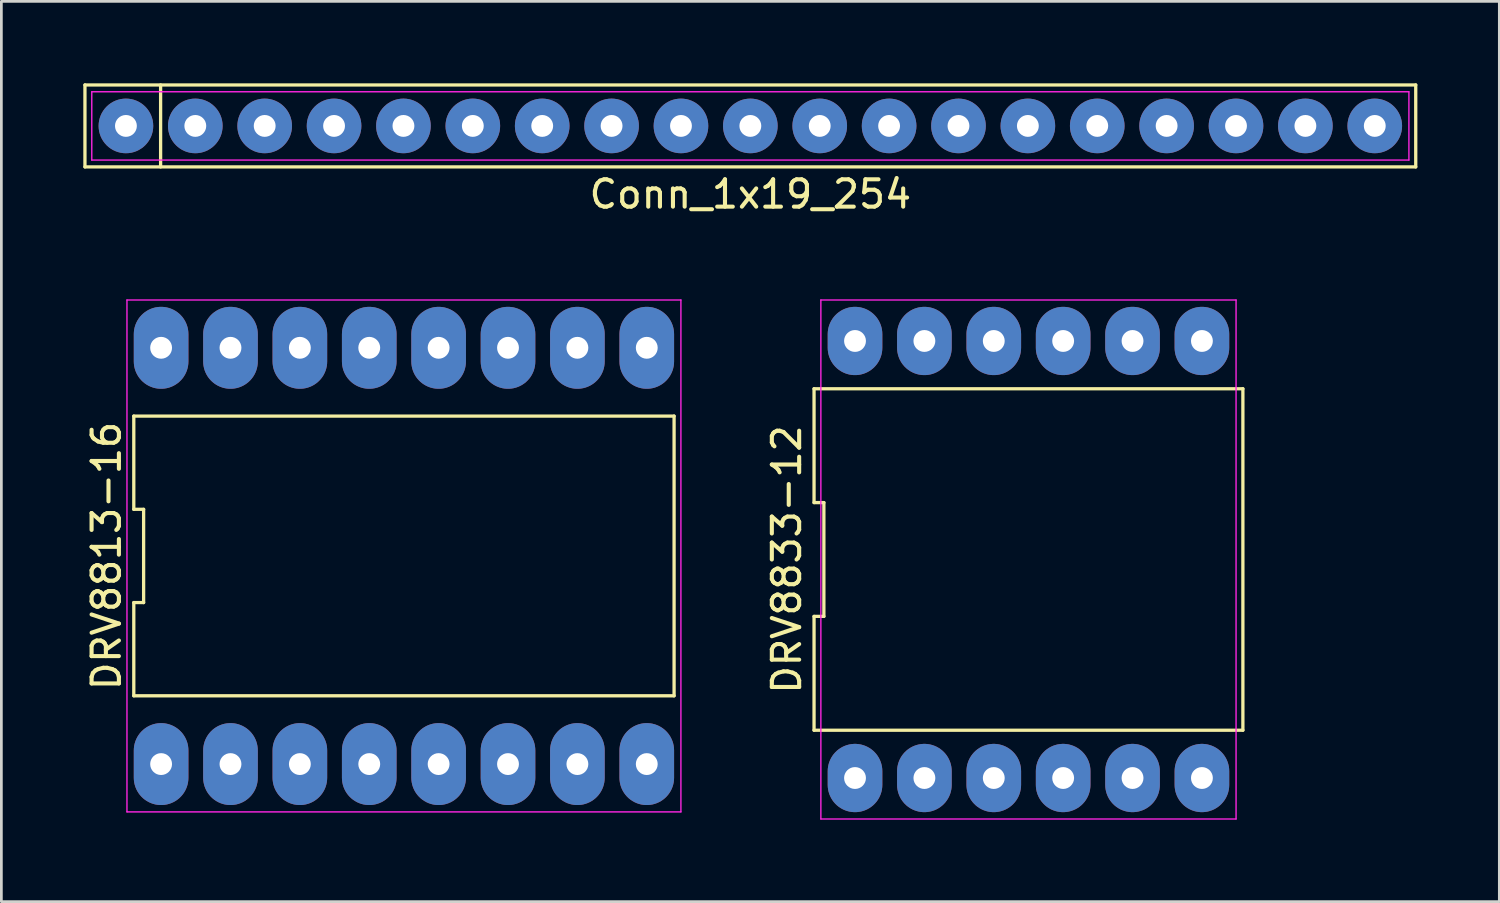
<source format=kicad_pcb>
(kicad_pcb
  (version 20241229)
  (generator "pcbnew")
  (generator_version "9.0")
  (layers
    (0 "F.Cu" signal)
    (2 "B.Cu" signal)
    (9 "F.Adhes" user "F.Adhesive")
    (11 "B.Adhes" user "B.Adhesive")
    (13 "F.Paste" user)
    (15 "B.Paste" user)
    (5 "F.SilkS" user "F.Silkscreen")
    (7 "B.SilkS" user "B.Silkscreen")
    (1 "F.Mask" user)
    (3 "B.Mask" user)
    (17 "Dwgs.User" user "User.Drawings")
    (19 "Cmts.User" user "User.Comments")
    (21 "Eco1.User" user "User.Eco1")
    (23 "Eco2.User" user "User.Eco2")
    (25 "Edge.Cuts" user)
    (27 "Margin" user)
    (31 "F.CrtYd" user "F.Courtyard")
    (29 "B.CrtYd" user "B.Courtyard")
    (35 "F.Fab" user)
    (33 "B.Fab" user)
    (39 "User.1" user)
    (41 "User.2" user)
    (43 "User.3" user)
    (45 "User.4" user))
  (footprint "DRV8833-12"
    (layer "F.Cu")
    (at 34.602 17.433)
    (property "Reference" "DRV8833-12" (at -8.85 0 90) (layer "F.SilkS") (effects (font (size 1 1) (thickness 0.15))))
    (attr through_hole)
    (fp_line (start -7.85 -6.25) (end -7.85 -2.083) (stroke (width 0.12) (type solid)) (layer "F.SilkS"))
    (fp_line (start -7.85 -2.083) (end -7.49 -2.083) (stroke (width 0.12) (type solid)) (layer "F.SilkS"))
    (fp_line (start -7.85 2.083) (end -7.85 6.25) (stroke (width 0.12) (type solid)) (layer "F.SilkS"))
    (fp_line (start -7.85 6.25) (end 7.85 6.25) (stroke (width 0.12) (type solid)) (layer "F.SilkS"))
    (fp_line (start -7.49 -2.083) (end -7.49 2.083) (stroke (width 0.12) (type solid)) (layer "F.SilkS"))
    (fp_line (start -7.49 2.083) (end -7.85 2.083) (stroke (width 0.12) (type solid)) (layer "F.SilkS"))
    (fp_line (start 7.85 -6.25) (end -7.85 -6.25) (stroke (width 0.12) (type solid)) (layer "F.SilkS"))
    (fp_line (start 7.85 6.25) (end 7.85 -6.25) (stroke (width 0.12) (type solid)) (layer "F.SilkS"))
    (fp_line (start -7.6 -9.5) (end 7.6 -9.5) (stroke (width 0.05) (type solid)) (layer "F.CrtYd"))
    (fp_line (start -7.6 9.5) (end -7.6 -9.5) (stroke (width 0.05) (type solid)) (layer "F.CrtYd"))
    (fp_line (start 7.6 -9.5) (end 7.6 9.5) (stroke (width 0.05) (type solid)) (layer "F.CrtYd"))
    (fp_line (start 7.6 9.5) (end -7.6 9.5) (stroke (width 0.05) (type solid)) (layer "F.CrtYd"))
    (pad "1" thru_hole oval (at -6.35 8) (size 2 2.5) (drill 0.8) (layers "*.Cu" "*.Mask"))
    (pad "2" thru_hole oval (at -3.81 8) (size 2 2.5) (drill 0.8) (layers "*.Cu" "*.Mask"))
    (pad "3" thru_hole oval (at -1.27 8) (size 2 2.5) (drill 0.8) (layers "*.Cu" "*.Mask"))
    (pad "4" thru_hole oval (at 1.27 8) (size 2 2.5) (drill 0.8) (layers "*.Cu" "*.Mask"))
    (pad "5" thru_hole oval (at 3.81 8) (size 2 2.5) (drill 0.8) (layers "*.Cu" "*.Mask"))
    (pad "6" thru_hole oval (at 6.35 8) (size 2 2.5) (drill 0.8) (layers "*.Cu" "*.Mask"))
    (pad "7" thru_hole oval (at 6.35 -8) (size 2 2.5) (drill 0.8) (layers "*.Cu" "*.Mask"))
    (pad "8" thru_hole oval (at 3.81 -8) (size 2 2.5) (drill 0.8) (layers "*.Cu" "*.Mask"))
    (pad "9" thru_hole oval (at 1.27 -8) (size 2 2.5) (drill 0.8) (layers "*.Cu" "*.Mask"))
    (pad "10" thru_hole oval (at -1.27 -8) (size 2 2.5) (drill 0.8) (layers "*.Cu" "*.Mask"))
    (pad "11" thru_hole oval (at -3.81 -8) (size 2 2.5) (drill 0.8) (layers "*.Cu" "*.Mask"))
    (pad "12" thru_hole oval (at -6.35 -8) (size 2 2.5) (drill 0.8) (layers "*.Cu" "*.Mask")))
  (footprint "DRV8813-16"
    (layer "F.Cu")
    (at 11.738 17.303)
    (property "Reference" "DRV8813-16" (at -10.89 0 90) (layer "F.SilkS") (effects (font (size 1 1) (thickness 0.15))))
    (attr through_hole)
    (fp_line (start -9.89 -5.12) (end -9.89 -1.707) (stroke (width 0.12) (type solid)) (layer "F.SilkS"))
    (fp_line (start -9.89 -1.707) (end -9.53 -1.707) (stroke (width 0.12) (type solid)) (layer "F.SilkS"))
    (fp_line (start -9.89 1.707) (end -9.89 5.12) (stroke (width 0.12) (type solid)) (layer "F.SilkS"))
    (fp_line (start -9.89 5.12) (end 9.89 5.12) (stroke (width 0.12) (type solid)) (layer "F.SilkS"))
    (fp_line (start -9.53 -1.707) (end -9.53 1.707) (stroke (width 0.12) (type solid)) (layer "F.SilkS"))
    (fp_line (start -9.53 1.707) (end -9.89 1.707) (stroke (width 0.12) (type solid)) (layer "F.SilkS"))
    (fp_line (start 9.89 -5.12) (end -9.89 -5.12) (stroke (width 0.12) (type solid)) (layer "F.SilkS"))
    (fp_line (start 9.89 5.12) (end 9.89 -5.12) (stroke (width 0.12) (type solid)) (layer "F.SilkS"))
    (fp_line (start -10.14 -9.37) (end 10.14 -9.37) (stroke (width 0.05) (type solid)) (layer "F.CrtYd"))
    (fp_line (start -10.14 9.37) (end -10.14 -9.37) (stroke (width 0.05) (type solid)) (layer "F.CrtYd"))
    (fp_line (start 10.14 -9.37) (end 10.14 9.37) (stroke (width 0.05) (type solid)) (layer "F.CrtYd"))
    (fp_line (start 10.14 9.37) (end -10.14 9.37) (stroke (width 0.05) (type solid)) (layer "F.CrtYd"))
    (pad "1" thru_hole oval (at -8.89 7.62) (size 2 3) (drill 0.8) (layers "*.Cu" "*.Mask"))
    (pad "2" thru_hole oval (at -6.35 7.62) (size 2 3) (drill 0.8) (layers "*.Cu" "*.Mask"))
    (pad "3" thru_hole oval (at -3.81 7.62) (size 2 3) (drill 0.8) (layers "*.Cu" "*.Mask"))
    (pad "4" thru_hole oval (at -1.27 7.62) (size 2 3) (drill 0.8) (layers "*.Cu" "*.Mask"))
    (pad "5" thru_hole oval (at 1.27 7.62) (size 2 3) (drill 0.8) (layers "*.Cu" "*.Mask"))
    (pad "6" thru_hole oval (at 3.81 7.62) (size 2 3) (drill 0.8) (layers "*.Cu" "*.Mask"))
    (pad "7" thru_hole oval (at 6.35 7.62) (size 2 3) (drill 0.8) (layers "*.Cu" "*.Mask"))
    (pad "8" thru_hole oval (at 8.89 7.62) (size 2 3) (drill 0.8) (layers "*.Cu" "*.Mask"))
    (pad "9" thru_hole oval (at 8.89 -7.62) (size 2 3) (drill 0.8) (layers "*.Cu" "*.Mask"))
    (pad "10" thru_hole oval (at 6.35 -7.62) (size 2 3) (drill 0.8) (layers "*.Cu" "*.Mask"))
    (pad "11" thru_hole oval (at 3.81 -7.62) (size 2 3) (drill 0.8) (layers "*.Cu" "*.Mask"))
    (pad "12" thru_hole oval (at 1.27 -7.62) (size 2 3) (drill 0.8) (layers "*.Cu" "*.Mask"))
    (pad "13" thru_hole oval (at -1.27 -7.62) (size 2 3) (drill 0.8) (layers "*.Cu" "*.Mask"))
    (pad "14" thru_hole oval (at -3.81 -7.62) (size 2 3) (drill 0.8) (layers "*.Cu" "*.Mask"))
    (pad "15" thru_hole oval (at -6.35 -7.62) (size 2 3) (drill 0.8) (layers "*.Cu" "*.Mask"))
    (pad "16" thru_hole oval (at -8.89 -7.62) (size 2 3) (drill 0.8) (layers "*.Cu" "*.Mask")))
  (footprint "Conn_1x19_254"
    (layer "F.Cu")
    (at 24.42 1.56)
    (property "Reference" "Conn_1x19_254" (at 0 2.5 0) (layer "F.SilkS") (effects (font (size 1 1) (thickness 0.15))))
    (attr through_hole)
    (fp_line (start -24.36 -1.5) (end 24.36 -1.5) (stroke (width 0.12) (type solid)) (layer "F.SilkS"))
    (fp_line (start -24.36 1.5) (end -24.36 -1.5) (stroke (width 0.12) (type solid)) (layer "F.SilkS"))
    (fp_line (start -21.59 -1.5) (end -21.59 1.5) (stroke (width 0.12) (type solid)) (layer "F.SilkS"))
    (fp_line (start 24.36 -1.5) (end 24.36 1.5) (stroke (width 0.12) (type solid)) (layer "F.SilkS"))
    (fp_line (start 24.36 1.5) (end -24.36 1.5) (stroke (width 0.12) (type solid)) (layer "F.SilkS"))
    (fp_line (start -24.11 -1.25) (end 24.11 -1.25) (stroke (width 0.05) (type solid)) (layer "F.CrtYd"))
    (fp_line (start -24.11 1.25) (end -24.11 -1.25) (stroke (width 0.05) (type solid)) (layer "F.CrtYd"))
    (fp_line (start 24.11 -1.25) (end 24.11 1.25) (stroke (width 0.05) (type solid)) (layer "F.CrtYd"))
    (fp_line (start 24.11 1.25) (end -24.11 1.25) (stroke (width 0.05) (type solid)) (layer "F.CrtYd"))
    (pad "1" thru_hole circle (at -22.86 0) (size 2 2) (drill 0.8) (layers "*.Cu" "*.Mask"))
    (pad "2" thru_hole circle (at -20.32 0) (size 2 2) (drill 0.8) (layers "*.Cu" "*.Mask"))
    (pad "3" thru_hole circle (at -17.78 0) (size 2 2) (drill 0.8) (layers "*.Cu" "*.Mask"))
    (pad "4" thru_hole circle (at -15.24 0) (size 2 2) (drill 0.8) (layers "*.Cu" "*.Mask"))
    (pad "5" thru_hole circle (at -12.7 0) (size 2 2) (drill 0.8) (layers "*.Cu" "*.Mask"))
    (pad "6" thru_hole circle (at -10.16 0) (size 2 2) (drill 0.8) (layers "*.Cu" "*.Mask"))
    (pad "7" thru_hole circle (at -7.62 0) (size 2 2) (drill 0.8) (layers "*.Cu" "*.Mask"))
    (pad "8" thru_hole circle (at -5.08 0) (size 2 2) (drill 0.8) (layers "*.Cu" "*.Mask"))
    (pad "9" thru_hole circle (at -2.54 0) (size 2 2) (drill 0.8) (layers "*.Cu" "*.Mask"))
    (pad "10" thru_hole circle (at 0 0) (size 2 2) (drill 0.8) (layers "*.Cu" "*.Mask"))
    (pad "11" thru_hole circle (at 2.54 0) (size 2 2) (drill 0.8) (layers "*.Cu" "*.Mask"))
    (pad "12" thru_hole circle (at 5.08 0) (size 2 2) (drill 0.8) (layers "*.Cu" "*.Mask"))
    (pad "13" thru_hole circle (at 7.62 0) (size 2 2) (drill 0.8) (layers "*.Cu" "*.Mask"))
    (pad "14" thru_hole circle (at 10.16 0) (size 2 2) (drill 0.8) (layers "*.Cu" "*.Mask"))
    (pad "15" thru_hole circle (at 12.7 0) (size 2 2) (drill 0.8) (layers "*.Cu" "*.Mask"))
    (pad "16" thru_hole circle (at 15.24 0) (size 2 2) (drill 0.8) (layers "*.Cu" "*.Mask"))
    (pad "17" thru_hole circle (at 17.78 0) (size 2 2) (drill 0.8) (layers "*.Cu" "*.Mask"))
    (pad "18" thru_hole circle (at 20.32 0) (size 2 2) (drill 0.8) (layers "*.Cu" "*.Mask"))
    (pad "19" thru_hole circle (at 22.86 0) (size 2 2) (drill 0.8) (layers "*.Cu" "*.Mask")))
  (gr_rect
    (start -3 -3)
    (end 51.84 29.958)
    (stroke (width 0.1) (type default))
    (fill no)
    (layer "Edge.Cuts")))
</source>
